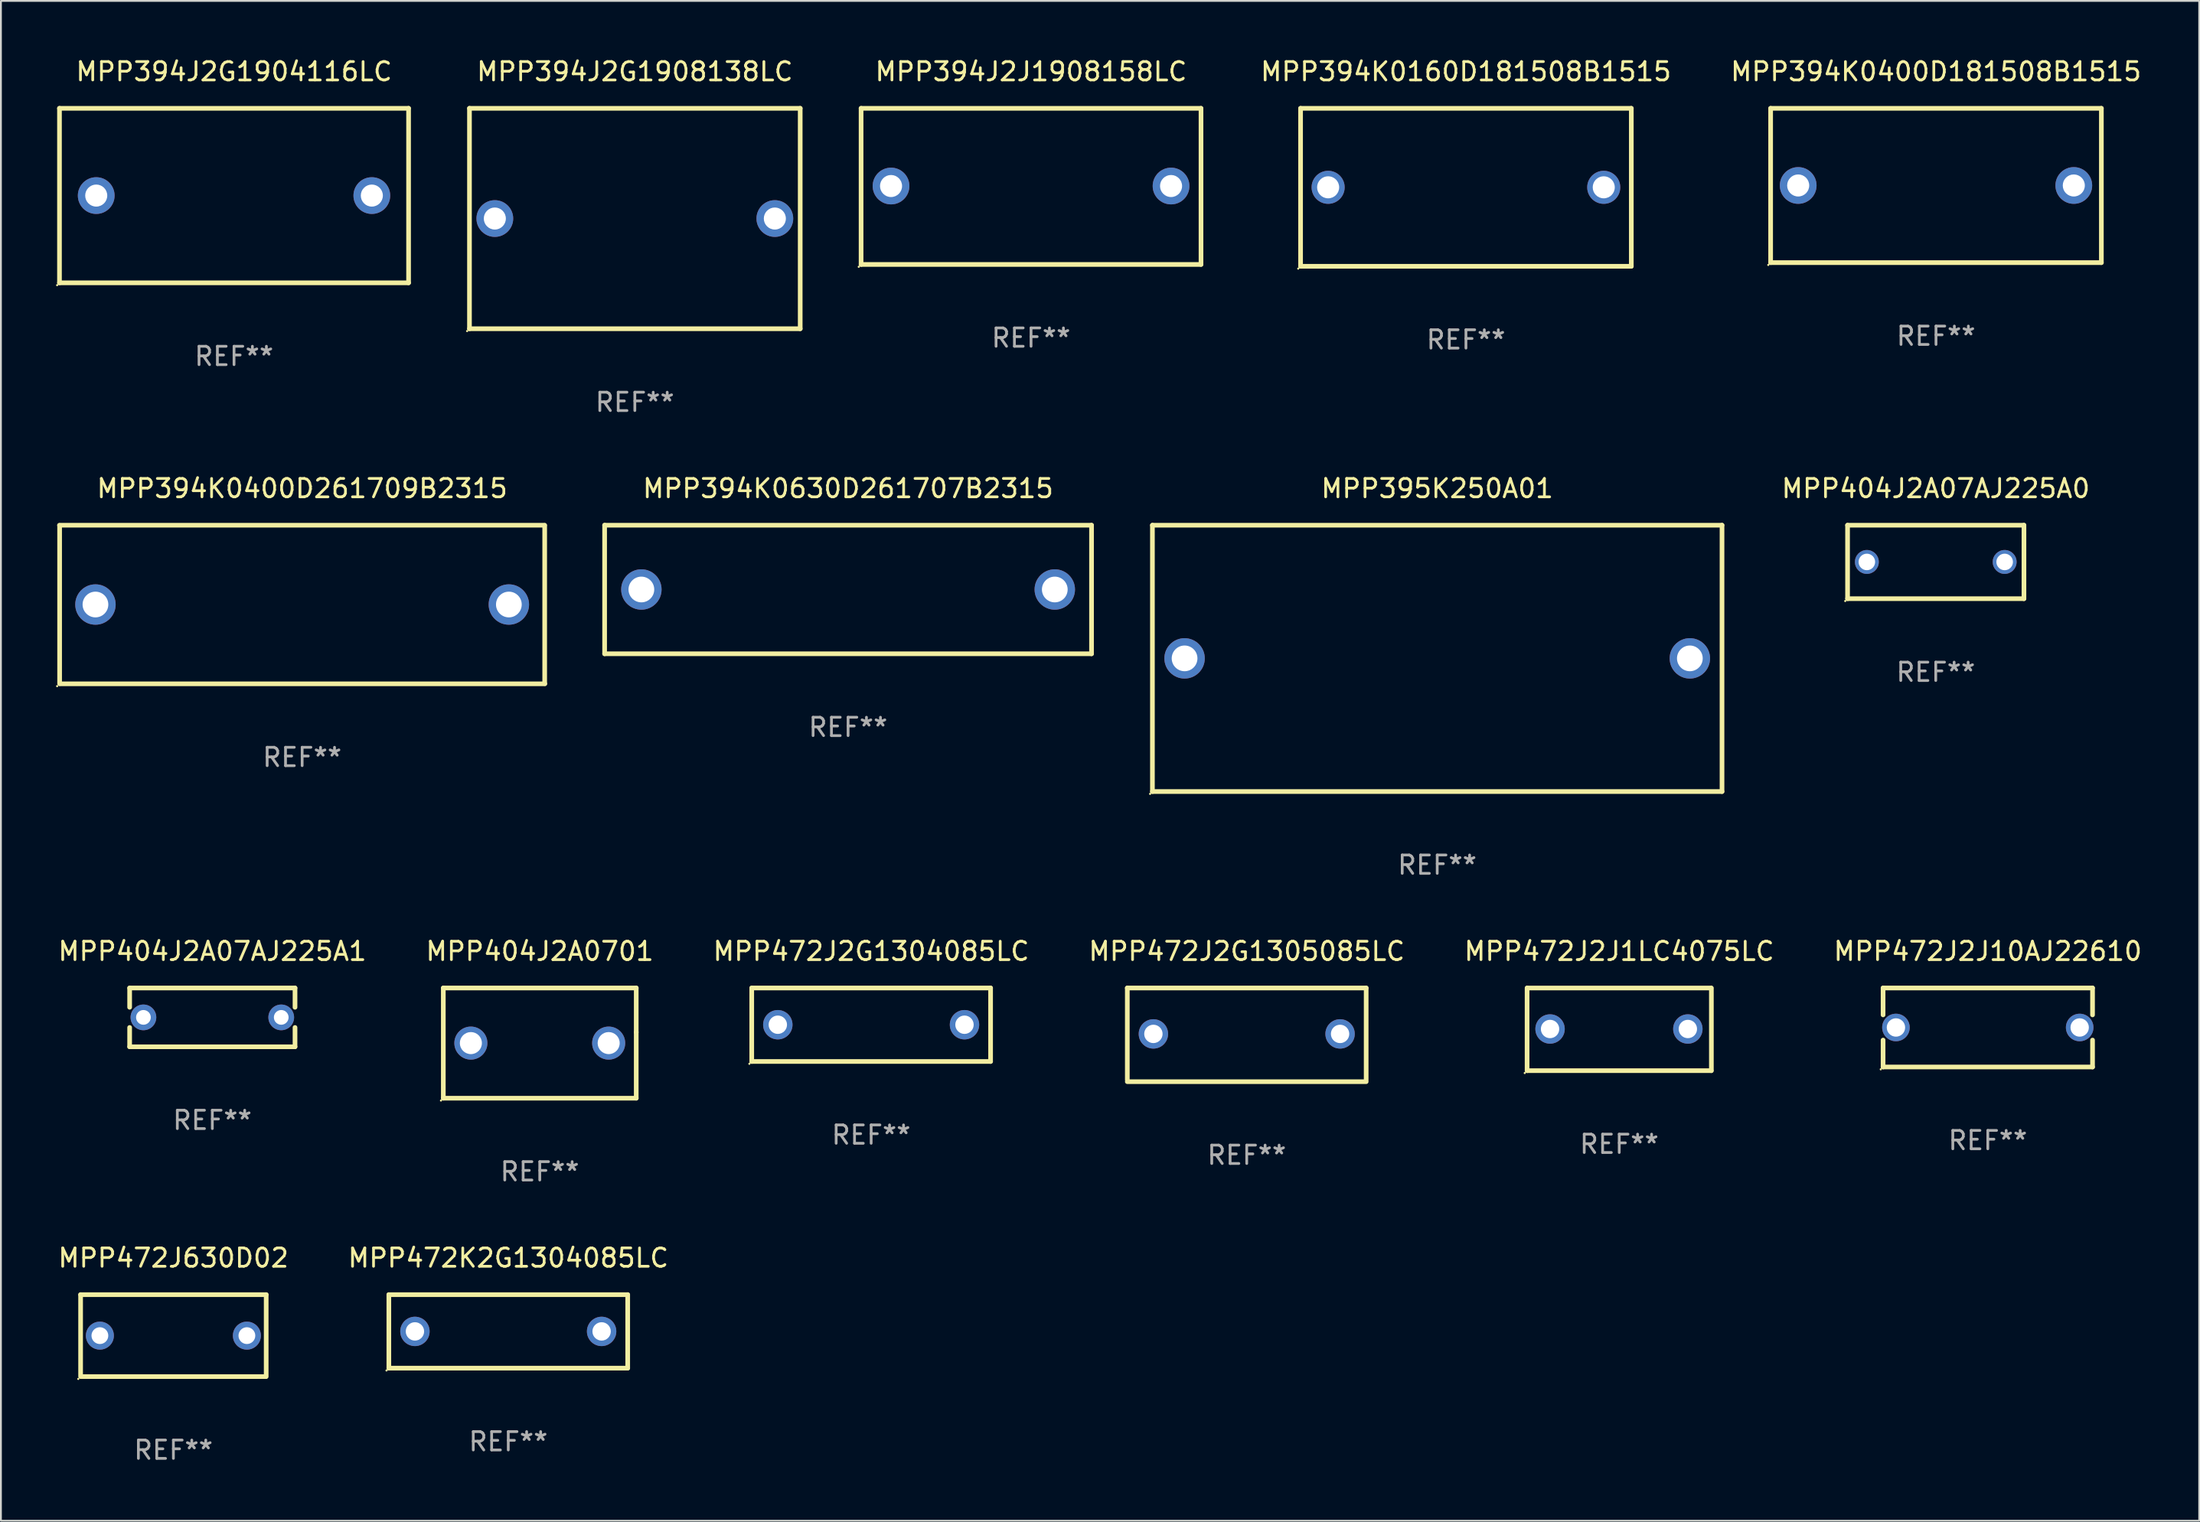
<source format=kicad_pcb>
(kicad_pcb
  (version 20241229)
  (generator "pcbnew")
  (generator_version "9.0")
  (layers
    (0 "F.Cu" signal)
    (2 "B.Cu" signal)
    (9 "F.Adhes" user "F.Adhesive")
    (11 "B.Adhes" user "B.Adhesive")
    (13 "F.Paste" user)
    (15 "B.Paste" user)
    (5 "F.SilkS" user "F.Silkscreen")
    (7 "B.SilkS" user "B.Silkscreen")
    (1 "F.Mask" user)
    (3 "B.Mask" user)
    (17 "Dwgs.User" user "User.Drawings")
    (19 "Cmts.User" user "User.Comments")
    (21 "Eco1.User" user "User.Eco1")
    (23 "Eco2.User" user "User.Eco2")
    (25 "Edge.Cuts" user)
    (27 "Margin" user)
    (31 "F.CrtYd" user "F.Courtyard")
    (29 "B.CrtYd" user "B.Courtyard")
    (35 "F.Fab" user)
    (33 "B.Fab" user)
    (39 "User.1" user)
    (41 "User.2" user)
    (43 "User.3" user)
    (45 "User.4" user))
  (footprint "MPP394J2J1908158LC"
    (layer "F.Cu")
    (at 53.065 7.098)
    (property "Reference" "MPP394J2J1908158LC" (at 0 -6.25 0) (layer "F.SilkS") (effects (font (size 1 1) (thickness 0.15))))
    (attr through_hole)
    (fp_line (start -9.25 -4.25) (end 9.25 -4.25) (stroke (width 0.254) (type solid)) (layer "F.SilkS"))
    (fp_line (start -9.25 4.25) (end -9.25 -4.25) (stroke (width 0.254) (type solid)) (layer "F.SilkS"))
    (fp_line (start 9.25 -4.25) (end 9.25 4.25) (stroke (width 0.254) (type solid)) (layer "F.SilkS"))
    (fp_line (start 9.25 4.25) (end -9.25 4.25) (stroke (width 0.254) (type solid)) (layer "F.SilkS"))
    (fp_circle (center -9.377 4.377) (end -9.347 4.377) (stroke (width 0.06) (type solid)) (fill no) (layer "F.SilkS"))
    (fp_text user "REF**" (at 0 8.25 0) (layer "F.Fab") (effects (font (size 1 1) (thickness 0.15))))
    (pad "1" thru_hole circle (at -7.62 -0.02) (size 2 2) (drill 1.2) (layers "*.Cu" "*.Mask"))
    (pad "2" thru_hole circle (at 7.62 -0.02) (size 2 2) (drill 1.2) (layers "*.Cu" "*.Mask")))
  (footprint "MPP394K0400D181508B1515"
    (layer "F.Cu")
    (at 102.317 7.048)
    (property "Reference" "MPP394K0400D181508B1515" (at 0 -6.2 0) (layer "F.SilkS") (effects (font (size 1 1) (thickness 0.15))))
    (attr through_hole)
    (fp_line (start -9 -4.2) (end 9 -4.2) (stroke (width 0.254) (type solid)) (layer "F.SilkS"))
    (fp_line (start -9 4.2) (end -9 -4.2) (stroke (width 0.254) (type solid)) (layer "F.SilkS"))
    (fp_line (start 9 -4.2) (end 9 4.2) (stroke (width 0.254) (type solid)) (layer "F.SilkS"))
    (fp_line (start 9 4.2) (end -9 4.2) (stroke (width 0.254) (type solid)) (layer "F.SilkS"))
    (fp_circle (center -9.127 4.327) (end -9.097 4.327) (stroke (width 0.06) (type solid)) (fill no) (layer "F.SilkS"))
    (fp_text user "REF**" (at 0 8.2 0) (layer "F.Fab") (effects (font (size 1 1) (thickness 0.15))))
    (pad "1" thru_hole circle (at -7.5 0) (size 2 2) (drill 1.2) (layers "*.Cu" "*.Mask"))
    (pad "2" thru_hole circle (at 7.5 0) (size 2 2) (drill 1.2) (layers "*.Cu" "*.Mask")))
  (footprint "MPP394K0160D181508B1515"
    (layer "F.Cu")
    (at 76.734 7.148)
    (property "Reference" "MPP394K0160D181508B1515" (at 0 -6.3 0) (layer "F.SilkS") (effects (font (size 1 1) (thickness 0.15))))
    (attr through_hole)
    (fp_line (start -9 -4.3) (end 9 -4.3) (stroke (width 0.254) (type solid)) (layer "F.SilkS"))
    (fp_line (start -9 4.3) (end -9 -4.3) (stroke (width 0.254) (type solid)) (layer "F.SilkS"))
    (fp_line (start 9 -4.3) (end 9 4.3) (stroke (width 0.254) (type solid)) (layer "F.SilkS"))
    (fp_line (start 9 4.3) (end -9 4.3) (stroke (width 0.254) (type solid)) (layer "F.SilkS"))
    (fp_circle (center -9.127 4.427) (end -9.097 4.427) (stroke (width 0.06) (type solid)) (fill no) (layer "F.SilkS"))
    (fp_text user "REF**" (at 0 8.3 0) (layer "F.Fab") (effects (font (size 1 1) (thickness 0.15))))
    (pad "1" thru_hole circle (at -7.5 0) (size 1.8 1.8) (drill 1.2) (layers "*.Cu" "*.Mask"))
    (pad "2" thru_hole circle (at 7.5 0) (size 1.8 1.8) (drill 1.2) (layers "*.Cu" "*.Mask")))
  (footprint "MPP404J2A0701"
    (layer "F.Cu")
    (at 26.327 53.741)
    (property "Reference" "MPP404J2A0701" (at 0 -5 0) (layer "F.SilkS") (effects (font (size 1 1) (thickness 0.15))))
    (attr through_hole)
    (fp_line (start -5.25 -3) (end 5.25 -3) (stroke (width 0.254) (type solid)) (layer "F.SilkS"))
    (fp_line (start -5.25 3) (end -5.25 -3) (stroke (width 0.254) (type solid)) (layer "F.SilkS"))
    (fp_line (start 5.25 -0.591) (end 5.25 -3) (stroke (width 0.254) (type solid)) (layer "F.SilkS"))
    (fp_line (start 5.25 3) (end 5.25 -0.591) (stroke (width 0.254) (type solid)) (layer "F.SilkS"))
    (fp_line (start 5.25 3) (end -5.25 3) (stroke (width 0.254) (type solid)) (layer "F.SilkS"))
    (fp_circle (center -5.377 3.127) (end -5.347 3.127) (stroke (width 0.06) (type solid)) (fill no) (layer "F.SilkS"))
    (fp_text user "REF**" (at 0 7 0) (layer "F.Fab") (effects (font (size 1 1) (thickness 0.15))))
    (pad "1" thru_hole circle (at -3.75 0) (size 1.8 1.8) (drill 1.2) (layers "*.Cu" "*.Mask"))
    (pad "2" thru_hole circle (at 3.75 0) (size 1.8 1.8) (drill 1.2) (layers "*.Cu" "*.Mask")))
  (footprint "MPP394K0400D261709B2315"
    (layer "F.Cu")
    (at 13.395 29.863)
    (property "Reference" "MPP394K0400D261709B2315" (at 0 -6.318 0) (layer "F.SilkS") (effects (font (size 1 1) (thickness 0.15))))
    (attr through_hole)
    (fp_line (start -13.208 -4.318) (end 13.193 -4.318) (stroke (width 0.254) (type solid)) (layer "F.SilkS"))
    (fp_line (start -13.2 4.3) (end -13.2 -4.3) (stroke (width 0.254) (type solid)) (layer "F.SilkS"))
    (fp_line (start 13.2 -4.3) (end 13.2 4.3) (stroke (width 0.254) (type solid)) (layer "F.SilkS"))
    (fp_line (start 13.208 4.318) (end -13.193 4.318) (stroke (width 0.254) (type solid)) (layer "F.SilkS"))
    (fp_circle (center -13.335 4.445) (end -13.305 4.445) (stroke (width 0.06) (type solid)) (fill no) (layer "F.SilkS"))
    (fp_text user "REF**" (at 0 8.318 0) (layer "F.Fab") (effects (font (size 1 1) (thickness 0.15))))
    (pad "1" thru_hole circle (at -11.25 0) (size 2.2 2.2) (drill 1.4) (layers "*.Cu" "*.Mask"))
    (pad "2" thru_hole circle (at 11.25 0) (size 2.2 2.2) (drill 1.4) (layers "*.Cu" "*.Mask")))
  (footprint "MPP472J2G1305085LC"
    (layer "F.Cu")
    (at 64.804 53.291)
    (property "Reference" "MPP472J2G1305085LC" (at 0 -4.55 0) (layer "F.SilkS") (effects (font (size 1 1) (thickness 0.15))))
    (attr through_hole)
    (fp_line (start -6.5 -2.55) (end 6.5 -2.55) (stroke (width 0.254) (type solid)) (layer "F.SilkS"))
    (fp_line (start -6.5 2.45) (end -6.5 -2.55) (stroke (width 0.254) (type solid)) (layer "F.SilkS"))
    (fp_line (start 6.5 -2.55) (end 6.5 2.45) (stroke (width 0.254) (type solid)) (layer "F.SilkS"))
    (fp_line (start 6.5 2.55) (end -6.5 2.55) (stroke (width 0.254) (type solid)) (layer "F.SilkS"))
    (fp_circle (center -6.5 2.45) (end -6.47 2.45) (stroke (width 0.06) (type solid)) (fill no) (layer "F.SilkS"))
    (fp_text user "REF**" (at 0 6.55 0) (layer "F.Fab") (effects (font (size 1 1) (thickness 0.15))))
    (pad "1" thru_hole circle (at -5.08 -0.05) (size 1.6 1.6) (drill 1) (layers "*.Cu" "*.Mask"))
    (pad "2" thru_hole circle (at 5.08 -0.05) (size 1.6 1.6) (drill 1) (layers "*.Cu" "*.Mask")))
  (footprint "MPP472J2J1LC4075LC"
    (layer "F.Cu")
    (at 85.077 52.992)
    (property "Reference" "MPP472J2J1LC4075LC" (at 0 -4.251 0) (layer "F.SilkS") (effects (font (size 1 1) (thickness 0.15))))
    (attr through_hole)
    (fp_line (start -5.015 2.25) (end -5.015 -2.251) (stroke (width 0.254) (type solid)) (layer "F.SilkS"))
    (fp_line (start -5.005 -2.25) (end 4.995 -2.25) (stroke (width 0.254) (type solid)) (layer "F.SilkS"))
    (fp_line (start 5.005 2.25) (end -4.995 2.25) (stroke (width 0.254) (type solid)) (layer "F.SilkS"))
    (fp_line (start 5.015 -2.25) (end 5.015 2.251) (stroke (width 0.254) (type solid)) (layer "F.SilkS"))
    (fp_circle (center -5.142 2.378) (end -5.112 2.378) (stroke (width 0.06) (type solid)) (fill no) (layer "F.SilkS"))
    (fp_text user "REF**" (at 0 6.251 0) (layer "F.Fab") (effects (font (size 1 1) (thickness 0.15))))
    (pad "1" thru_hole circle (at -3.765 -0.019) (size 1.6 1.6) (drill 1) (layers "*.Cu" "*.Mask"))
    (pad "2" thru_hole circle (at 3.735 -0.019) (size 1.6 1.6) (drill 1) (layers "*.Cu" "*.Mask")))
  (footprint "MPP404J2A07AJ225A1"
    (layer "F.Cu")
    (at 8.506 52.341)
    (property "Reference" "MPP404J2A07AJ225A1" (at 0 -3.6 0) (layer "F.SilkS") (effects (font (size 1 1) (thickness 0.15))))
    (attr through_hole)
    (fp_line (start -4.5 0.55) (end -4.5 1.6) (stroke (width 0.254) (type solid)) (layer "F.SilkS"))
    (fp_line (start -4.5 1.6) (end 4.5 1.6) (stroke (width 0.254) (type solid)) (layer "F.SilkS"))
    (fp_line (start -4.5 -1.6) (end -4.5 -0.55) (stroke (width 0.254) (type solid)) (layer "F.SilkS"))
    (fp_line (start -4.5 -1.6) (end 4.5 -1.6) (stroke (width 0.254) (type solid)) (layer "F.SilkS"))
    (fp_line (start 4.5 -1.6) (end 4.5 -0.55) (stroke (width 0.254) (type solid)) (layer "F.SilkS"))
    (fp_line (start 4.5 0.55) (end 4.5 1.6) (stroke (width 0.254) (type solid)) (layer "F.SilkS"))
    (fp_circle (center -4.5 1.6) (end -4.47 1.6) (stroke (width 0.06) (type solid)) (fill no) (layer "F.SilkS"))
    (fp_text user "REF**" (at 0 5.6 0) (layer "F.Fab") (effects (font (size 1 1) (thickness 0.15))))
    (pad "1" thru_hole circle (at -3.75 0) (size 1.4 1.4) (drill 0.8) (layers "*.Cu" "*.Mask"))
    (pad "2" thru_hole circle (at 3.75 0) (size 1.4 1.4) (drill 0.8) (layers "*.Cu" "*.Mask")))
  (footprint "MPP395K250A01"
    (layer "F.Cu")
    (at 75.171 32.795)
    (property "Reference" "MPP395K250A01" (at 0 -9.25 0) (layer "F.SilkS") (effects (font (size 1 1) (thickness 0.15))))
    (attr through_hole)
    (fp_line (start -15.5 -7.25) (end 15.5 -7.25) (stroke (width 0.254) (type solid)) (layer "F.SilkS"))
    (fp_line (start -15.5 7.25) (end -15.5 -7.25) (stroke (width 0.254) (type solid)) (layer "F.SilkS"))
    (fp_line (start 15.5 -7.25) (end 15.5 7.25) (stroke (width 0.254) (type solid)) (layer "F.SilkS"))
    (fp_line (start 15.5 7.25) (end -15.5 7.25) (stroke (width 0.254) (type solid)) (layer "F.SilkS"))
    (fp_circle (center -15.627 7.377) (end -15.597 7.377) (stroke (width 0.06) (type solid)) (fill no) (layer "F.SilkS"))
    (fp_text user "REF**" (at 0 11.25 0) (layer "F.Fab") (effects (font (size 1 1) (thickness 0.15))))
    (pad "1" thru_hole circle (at -13.75 -0.000013) (size 2.2 2.2) (drill 1.4) (layers "*.Cu" "*.Mask"))
    (pad "2" thru_hole circle (at 13.75 -0.000013) (size 2.2 2.2) (drill 1.4) (layers "*.Cu" "*.Mask")))
  (footprint "MPP394J2G1904116LC"
    (layer "F.Cu")
    (at 9.687 7.598)
    (property "Reference" "MPP394J2G1904116LC" (at 0 -6.75 0) (layer "F.SilkS") (effects (font (size 1 1) (thickness 0.15))))
    (attr through_hole)
    (fp_line (start -9.5 -4.75) (end 9.5 -4.75) (stroke (width 0.254) (type solid)) (layer "F.SilkS"))
    (fp_line (start -9.5 4.75) (end -9.5 -4.75) (stroke (width 0.254) (type solid)) (layer "F.SilkS"))
    (fp_line (start -9.5 4.75) (end 9.5 4.75) (stroke (width 0.254) (type solid)) (layer "F.SilkS"))
    (fp_line (start 9.5 -4.75) (end 9.5 4.75) (stroke (width 0.254) (type solid)) (layer "F.SilkS"))
    (fp_circle (center -9.627 4.877) (end -9.597 4.877) (stroke (width 0.06) (type solid)) (fill no) (layer "F.SilkS"))
    (fp_text user "REF**" (at 0 8.75 0) (layer "F.Fab") (effects (font (size 1 1) (thickness 0.15))))
    (pad "1" thru_hole circle (at -7.5 0) (size 2 2) (drill 1.2) (layers "*.Cu" "*.Mask"))
    (pad "2" thru_hole circle (at 7.5 0) (size 2 2) (drill 1.2) (layers "*.Cu" "*.Mask")))
  (footprint "MPP472K2G1304085LC"
    (layer "F.Cu")
    (at 24.613 69.438)
    (property "Reference" "MPP472K2G1304085LC" (at 0 -4 0) (layer "F.SilkS") (effects (font (size 1 1) (thickness 0.15))))
    (attr through_hole)
    (fp_line (start -6.5 -2) (end 6.5 -2) (stroke (width 0.254) (type solid)) (layer "F.SilkS"))
    (fp_line (start -6.5 2) (end -6.5 -2) (stroke (width 0.254) (type solid)) (layer "F.SilkS"))
    (fp_line (start 6.5 -2) (end 6.5 2) (stroke (width 0.254) (type solid)) (layer "F.SilkS"))
    (fp_line (start 6.5 2) (end -6.5 2) (stroke (width 0.254) (type solid)) (layer "F.SilkS"))
    (fp_circle (center -6.627 2.127) (end -6.597 2.127) (stroke (width 0.06) (type solid)) (fill no) (layer "F.SilkS"))
    (fp_text user "REF**" (at 0 6 0) (layer "F.Fab") (effects (font (size 1 1) (thickness 0.15))))
    (pad "1" thru_hole circle (at -5.08 0) (size 1.6 1.6) (drill 1) (layers "*.Cu" "*.Mask"))
    (pad "2" thru_hole circle (at 5.08 0) (size 1.6 1.6) (drill 1) (layers "*.Cu" "*.Mask")))
  (footprint "MPP472J2G1304085LC"
    (layer "F.Cu")
    (at 44.363 52.741)
    (property "Reference" "MPP472J2G1304085LC" (at 0 -4 0) (layer "F.SilkS") (effects (font (size 1 1) (thickness 0.15))))
    (attr through_hole)
    (fp_line (start -6.5 -2) (end 6.5 -2) (stroke (width 0.254) (type solid)) (layer "F.SilkS"))
    (fp_line (start -6.5 2) (end -6.5 -2) (stroke (width 0.254) (type solid)) (layer "F.SilkS"))
    (fp_line (start 6.5 -2) (end 6.5 2) (stroke (width 0.254) (type solid)) (layer "F.SilkS"))
    (fp_line (start 6.5 2) (end -6.5 2) (stroke (width 0.254) (type solid)) (layer "F.SilkS"))
    (fp_circle (center -6.627 2.127) (end -6.597 2.127) (stroke (width 0.06) (type solid)) (fill no) (layer "F.SilkS"))
    (fp_text user "REF**" (at 0 6 0) (layer "F.Fab") (effects (font (size 1 1) (thickness 0.15))))
    (pad "1" thru_hole circle (at -5.08 0) (size 1.6 1.6) (drill 1) (layers "*.Cu" "*.Mask"))
    (pad "2" thru_hole circle (at 5.08 0) (size 1.6 1.6) (drill 1) (layers "*.Cu" "*.Mask")))
  (footprint "MPP394J2G1908138LC"
    (layer "F.Cu")
    (at 31.501 8.848)
    (property "Reference" "MPP394J2G1908138LC" (at 0 -8 0) (layer "F.SilkS") (effects (font (size 1 1) (thickness 0.15))))
    (attr through_hole)
    (fp_line (start -9 -6) (end 9 -6) (stroke (width 0.254) (type solid)) (layer "F.SilkS"))
    (fp_line (start -9 6) (end -9 -6) (stroke (width 0.254) (type solid)) (layer "F.SilkS"))
    (fp_line (start 9 -6) (end 9 6) (stroke (width 0.254) (type solid)) (layer "F.SilkS"))
    (fp_line (start 9 6) (end -9 6) (stroke (width 0.254) (type solid)) (layer "F.SilkS"))
    (fp_circle (center -9.127 6.127) (end -9.097 6.127) (stroke (width 0.06) (type solid)) (fill no) (layer "F.SilkS"))
    (fp_text user "REF**" (at 0 10 0) (layer "F.Fab") (effects (font (size 1 1) (thickness 0.15))))
    (pad "1" thru_hole circle (at -7.62 0) (size 2 2) (drill 1.2) (layers "*.Cu" "*.Mask"))
    (pad "2" thru_hole circle (at 7.62 0) (size 2 2) (drill 1.2) (layers "*.Cu" "*.Mask")))
  (footprint "MPP404J2A07AJ225A0"
    (layer "F.Cu")
    (at 102.304 27.545)
    (property "Reference" "MPP404J2A07AJ225A0" (at 0 -4 0) (layer "F.SilkS") (effects (font (size 1 1) (thickness 0.15))))
    (attr through_hole)
    (fp_line (start -4.8 -2) (end -4.8 2) (stroke (width 0.254) (type solid)) (layer "F.SilkS"))
    (fp_line (start -4.8 -2) (end 4.8 -2) (stroke (width 0.254) (type solid)) (layer "F.SilkS"))
    (fp_line (start -4.8 2) (end 4.8 2) (stroke (width 0.254) (type solid)) (layer "F.SilkS"))
    (fp_line (start 4.8 -2) (end 4.8 2) (stroke (width 0.254) (type solid)) (layer "F.SilkS"))
    (fp_circle (center -4.927 2.127) (end -4.897 2.127) (stroke (width 0.06) (type solid)) (fill no) (layer "F.SilkS"))
    (fp_text user "REF**" (at 0 6 0) (layer "F.Fab") (effects (font (size 1 1) (thickness 0.15))))
    (pad "1" thru_hole circle (at -3.75 0) (size 1.3 1.3) (drill 0.9) (layers "*.Cu" "*.Mask"))
    (pad "2" thru_hole circle (at 3.75 0) (size 1.3 1.3) (drill 0.9) (layers "*.Cu" "*.Mask")))
  (footprint "MPP472J630D02"
    (layer "F.Cu")
    (at 6.387 69.668)
    (property "Reference" "MPP472J630D02" (at 0 -4.23 0) (layer "F.SilkS") (effects (font (size 1 1) (thickness 0.15))))
    (attr through_hole)
    (fp_line (start -5.05 -2.23) (end 5.05 -2.23) (stroke (width 0.254) (type solid)) (layer "F.SilkS"))
    (fp_line (start -5.05 2.23) (end -5.05 -2.23) (stroke (width 0.254) (type solid)) (layer "F.SilkS"))
    (fp_line (start 5.02 2.23) (end -4.98 2.23) (stroke (width 0.254) (type solid)) (layer "F.SilkS"))
    (fp_line (start 5.05 -2.23) (end 5.05 2.23) (stroke (width 0.254) (type solid)) (layer "F.SilkS"))
    (fp_circle (center -5.177 2.357) (end -5.147 2.357) (stroke (width 0.06) (type solid)) (fill no) (layer "F.SilkS"))
    (fp_text user "REF**" (at 0 6.23 0) (layer "F.Fab") (effects (font (size 1 1) (thickness 0.15))))
    (pad "1" thru_hole circle (at -4.001 0.000064) (size 1.524 1.524) (drill 0.914) (layers "*.Cu" "*.Mask"))
    (pad "2" thru_hole circle (at 4 0.000064) (size 1.524 1.524) (drill 0.914) (layers "*.Cu" "*.Mask")))
  (footprint "MPP394K0630D261707B2315"
    (layer "F.Cu")
    (at 43.107 29.045)
    (property "Reference" "MPP394K0630D261707B2315" (at 0 -5.5 0) (layer "F.SilkS") (effects (font (size 1 1) (thickness 0.15))))
    (attr through_hole)
    (fp_line (start -13.25 -3.5) (end -13.25 3.5) (stroke (width 0.254) (type solid)) (layer "F.SilkS"))
    (fp_line (start -13.25 -3.5) (end 13.25 -3.5) (stroke (width 0.254) (type solid)) (layer "F.SilkS"))
    (fp_line (start 13.25 -3.5) (end 13.25 3.5) (stroke (width 0.254) (type solid)) (layer "F.SilkS"))
    (fp_line (start 13.25 3.5) (end -13.25 3.5) (stroke (width 0.254) (type solid)) (layer "F.SilkS"))
    (fp_circle (center -13.15 3.5) (end -13.12 3.5) (stroke (width 0.06) (type solid)) (fill no) (layer "F.SilkS"))
    (fp_text user "REF**" (at 0 7.5 0) (layer "F.Fab") (effects (font (size 1 1) (thickness 0.15))))
    (pad "1" thru_hole circle (at -11.25 0) (size 2.2 2.2) (drill 1.4) (layers "*.Cu" "*.Mask"))
    (pad "2" thru_hole circle (at 11.25 0) (size 2.2 2.2) (drill 1.4) (layers "*.Cu" "*.Mask")))
  (footprint "MPP472J2J10AJ22610"
    (layer "F.Cu")
    (at 105.137 52.891)
    (property "Reference" "MPP472J2J10AJ22610" (at 0 -4.15 0) (layer "F.SilkS") (effects (font (size 1 1) (thickness 0.15))))
    (attr through_hole)
    (fp_line (start -5.7 -2.15) (end -5.7 -0.686) (stroke (width 0.254) (type solid)) (layer "F.SilkS"))
    (fp_line (start -5.7 -2.15) (end 5.7 -2.15) (stroke (width 0.254) (type solid)) (layer "F.SilkS"))
    (fp_line (start -5.7 0.686) (end -5.7 2.15) (stroke (width 0.254) (type solid)) (layer "F.SilkS"))
    (fp_line (start -5.7 2.15) (end 5.7 2.15) (stroke (width 0.254) (type solid)) (layer "F.SilkS"))
    (fp_line (start 5.7 -2.15) (end 5.7 -0.686) (stroke (width 0.254) (type solid)) (layer "F.SilkS"))
    (fp_line (start 5.7 0.686) (end 5.7 2.15) (stroke (width 0.254) (type solid)) (layer "F.SilkS"))
    (fp_circle (center -5.827 2.277) (end -5.797 2.277) (stroke (width 0.06) (type solid)) (fill no) (layer "F.SilkS"))
    (fp_text user "REF**" (at 0 6.15 0) (layer "F.Fab") (effects (font (size 1 1) (thickness 0.15))))
    (pad "1" thru_hole circle (at -5 0) (size 1.5 1.5) (drill 1) (layers "*.Cu" "*.Mask"))
    (pad "2" thru_hole circle (at 5 0) (size 1.5 1.5) (drill 1) (layers "*.Cu" "*.Mask")))
  (gr_rect
    (start -3 -3)
    (end 116.643 79.746)
    (stroke (width 0.1) (type default))
    (fill no)
    (layer "Edge.Cuts")))
</source>
